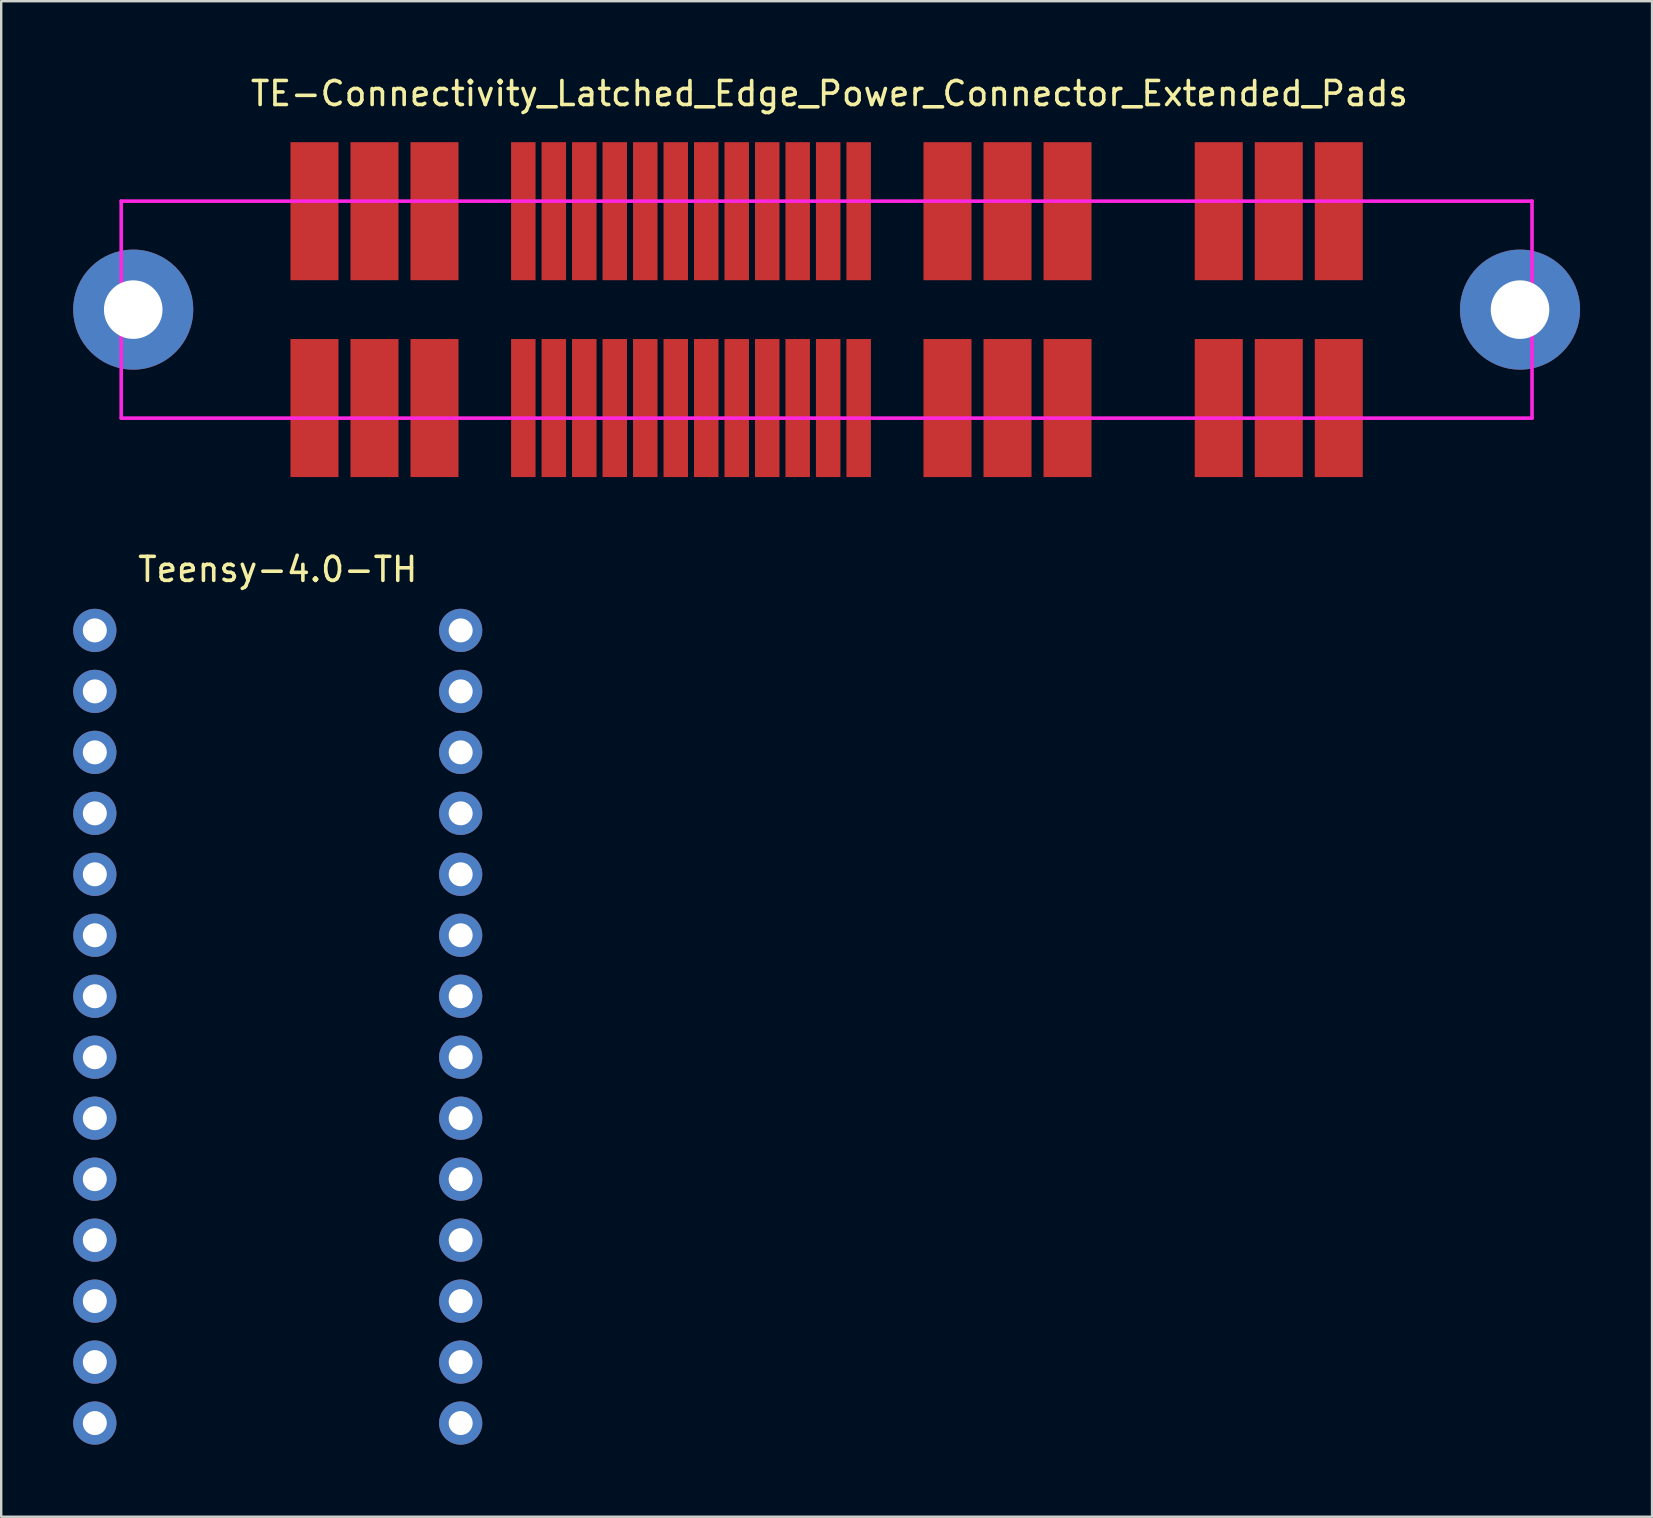
<source format=kicad_pcb>
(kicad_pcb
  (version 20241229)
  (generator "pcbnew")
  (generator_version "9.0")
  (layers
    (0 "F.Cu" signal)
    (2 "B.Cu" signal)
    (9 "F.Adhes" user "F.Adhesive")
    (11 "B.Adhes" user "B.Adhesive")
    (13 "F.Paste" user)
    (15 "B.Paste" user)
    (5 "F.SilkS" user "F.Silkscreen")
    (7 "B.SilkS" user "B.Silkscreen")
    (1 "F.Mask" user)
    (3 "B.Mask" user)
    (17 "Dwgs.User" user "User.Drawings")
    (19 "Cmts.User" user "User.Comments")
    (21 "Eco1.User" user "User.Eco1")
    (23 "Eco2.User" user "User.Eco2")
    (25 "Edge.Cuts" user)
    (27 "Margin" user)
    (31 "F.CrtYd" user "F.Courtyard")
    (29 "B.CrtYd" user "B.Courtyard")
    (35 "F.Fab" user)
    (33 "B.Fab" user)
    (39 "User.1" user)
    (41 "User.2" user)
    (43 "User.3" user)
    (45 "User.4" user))
  (footprint "TE-Connectivity_Latched_Edge_Power_Connector_Extended_Pads"
    (layer "F.Cu")
    (at 31.385 9.848)
    (property "Reference" "TE-Connectivity_Latched_Edge_Power_Connector_Extended_Pads" (at 0.115 -9 0) (layer "F.SilkS") (effects (font (size 1 1) (thickness 0.15))))
    (attr through_hole)
    (fp_line (start -29.385 -4.52) (end 29.385 -4.52) (stroke (width 0.15) (type solid)) (layer "F.CrtYd"))
    (fp_line (start -29.385 0) (end -29.385 -4.52) (stroke (width 0.15) (type solid)) (layer "F.CrtYd"))
    (fp_line (start -29.385 0) (end -29.385 4.52) (stroke (width 0.15) (type solid)) (layer "F.CrtYd"))
    (fp_line (start 29.385 -4.52) (end 29.385 4.52) (stroke (width 0.15) (type solid)) (layer "F.CrtYd"))
    (fp_line (start 29.385 4.52) (end -29.385 4.52) (stroke (width 0.15) (type solid)) (layer "F.CrtYd"))
    (pad "" np_thru_hole circle (at -28.885 0) (size 5 5) (drill 2.44) (layers "*.Cu" "*.Mask"))
    (pad "" np_thru_hole circle (at 28.885 0) (size 5 5) (drill 2.44) (layers "*.Cu" "*.Mask"))
    (pad "1" smd rect (at -21.335 3.1) (size 2 5.75) (drill (offset 0 1)) (layers "F.Cu" "F.Mask" "F.Paste"))
    (pad "1" smd rect (at -18.835 3.1) (size 2 5.75) (drill (offset 0 1)) (layers "F.Cu" "F.Mask" "F.Paste"))
    (pad "1" smd rect (at -16.335 3.1) (size 2 5.75) (drill (offset 0 1)) (layers "F.Cu" "F.Mask" "F.Paste"))
    (pad "2" smd rect (at -12.635 3.1) (size 1.02 5.75) (drill (offset 0 1)) (layers "F.Cu" "F.Mask" "F.Paste"))
    (pad "3" smd rect (at -11.365 3.1) (size 1.02 5.75) (drill (offset 0 1)) (layers "F.Cu" "F.Mask" "F.Paste"))
    (pad "4" smd rect (at -10.095 3.1) (size 1.02 5.75) (drill (offset 0 1)) (layers "F.Cu" "F.Mask" "F.Paste"))
    (pad "5" smd rect (at -8.825 3.1) (size 1.02 5.75) (drill (offset 0 1)) (layers "F.Cu" "F.Mask" "F.Paste"))
    (pad "6" smd rect (at -7.555 3.1) (size 1.02 5.75) (drill (offset 0 1)) (layers "F.Cu" "F.Mask" "F.Paste"))
    (pad "7" smd rect (at -6.285 3.1) (size 1.02 5.75) (drill (offset 0 1)) (layers "F.Cu" "F.Mask" "F.Paste"))
    (pad "8" smd rect (at -5.015 3.1) (size 1.02 5.75) (drill (offset 0 1)) (layers "F.Cu" "F.Mask" "F.Paste"))
    (pad "9" smd rect (at -3.745 3.1) (size 1.02 5.75) (drill (offset 0 1)) (layers "F.Cu" "F.Mask" "F.Paste"))
    (pad "10" smd rect (at -2.475 3.1) (size 1.02 5.75) (drill (offset 0 1)) (layers "F.Cu" "F.Mask" "F.Paste"))
    (pad "11" smd rect (at -1.205 3.1) (size 1.02 5.75) (drill (offset 0 1)) (layers "F.Cu" "F.Mask" "F.Paste"))
    (pad "12" smd rect (at 0.065 3.1) (size 1.02 5.75) (drill (offset 0 1)) (layers "F.Cu" "F.Mask" "F.Paste"))
    (pad "13" smd rect (at 1.335 3.1) (size 1.02 5.75) (drill (offset 0 1)) (layers "F.Cu" "F.Mask" "F.Paste"))
    (pad "14" smd rect (at 5.035 3.1) (size 2 5.75) (drill (offset 0 1)) (layers "F.Cu" "F.Mask" "F.Paste"))
    (pad "14" smd rect (at 7.535 3.1) (size 2 5.75) (drill (offset 0 1)) (layers "F.Cu" "F.Mask" "F.Paste"))
    (pad "14" smd rect (at 10.035 3.1) (size 2 5.75) (drill (offset 0 1)) (layers "F.Cu" "F.Mask" "F.Paste"))
    (pad "15" smd rect (at 16.335 3.1) (size 2 5.75) (drill (offset 0 1)) (layers "F.Cu" "F.Mask" "F.Paste"))
    (pad "15" smd rect (at 18.835 3.1) (size 2 5.75) (drill (offset 0 1)) (layers "F.Cu" "F.Mask" "F.Paste"))
    (pad "15" smd rect (at 21.335 3.1) (size 2 5.75) (drill (offset 0 1)) (layers "F.Cu" "F.Mask" "F.Paste"))
    (pad "16" smd rect (at 16.335 -3.1) (size 2 5.75) (drill (offset 0 -1)) (layers "F.Cu" "F.Mask" "F.Paste"))
    (pad "16" smd rect (at 18.835 -3.1) (size 2 5.75) (drill (offset 0 -1)) (layers "F.Cu" "F.Mask" "F.Paste"))
    (pad "16" smd rect (at 21.335 -3.1) (size 2 5.75) (drill (offset 0 -1)) (layers "F.Cu" "F.Mask" "F.Paste"))
    (pad "17" smd rect (at 5.035 -3.1) (size 2 5.75) (drill (offset 0 -1)) (layers "F.Cu" "F.Mask" "F.Paste"))
    (pad "17" smd rect (at 7.535 -3.1) (size 2 5.75) (drill (offset 0 -1)) (layers "F.Cu" "F.Mask" "F.Paste"))
    (pad "17" smd rect (at 10.035 -3.1) (size 2 5.75) (drill (offset 0 -1)) (layers "F.Cu" "F.Mask" "F.Paste"))
    (pad "18" smd rect (at 1.335 -3.1) (size 1.02 5.75) (drill (offset 0 -1)) (layers "F.Cu" "F.Mask" "F.Paste"))
    (pad "19" smd rect (at 0.065 -3.1) (size 1.02 5.75) (drill (offset 0 -1)) (layers "F.Cu" "F.Mask" "F.Paste"))
    (pad "20" smd rect (at -1.205 -3.1) (size 1.02 5.75) (drill (offset 0 -1)) (layers "F.Cu" "F.Mask" "F.Paste"))
    (pad "21" smd rect (at -2.475 -3.1) (size 1.02 5.75) (drill (offset 0 -1)) (layers "F.Cu" "F.Mask" "F.Paste"))
    (pad "22" smd rect (at -3.745 -3.1) (size 1.02 5.75) (drill (offset 0 -1)) (layers "F.Cu" "F.Mask" "F.Paste"))
    (pad "23" smd rect (at -5.015 -3.1) (size 1.02 5.75) (drill (offset 0 -1)) (layers "F.Cu" "F.Mask" "F.Paste"))
    (pad "24" smd rect (at -6.285 -3.1) (size 1.02 5.75) (drill (offset 0 -1)) (layers "F.Cu" "F.Mask" "F.Paste"))
    (pad "25" smd rect (at -7.555 -3.1) (size 1.02 5.75) (drill (offset 0 -1)) (layers "F.Cu" "F.Mask" "F.Paste"))
    (pad "26" smd rect (at -8.825 -3.1) (size 1.02 5.75) (drill (offset 0 -1)) (layers "F.Cu" "F.Mask" "F.Paste"))
    (pad "27" smd rect (at -10.095 -3.1) (size 1.02 5.75) (drill (offset 0 -1)) (layers "F.Cu" "F.Mask" "F.Paste"))
    (pad "28" smd rect (at -11.365 -3.1) (size 1.02 5.75) (drill (offset 0 -1)) (layers "F.Cu" "F.Mask" "F.Paste"))
    (pad "29" smd rect (at -12.635 -3.1) (size 1.02 5.75) (drill (offset 0 -1)) (layers "F.Cu" "F.Mask" "F.Paste"))
    (pad "30" smd rect (at -21.335 -3.1) (size 2 5.75) (drill (offset 0 -1)) (layers "F.Cu" "F.Mask" "F.Paste"))
    (pad "30" smd rect (at -18.835 -3.1) (size 2 5.75) (drill (offset 0 -1)) (layers "F.Cu" "F.Mask" "F.Paste"))
    (pad "30" smd rect (at -16.335 -3.1) (size 2 5.75) (drill (offset 0 -1)) (layers "F.Cu" "F.Mask" "F.Paste")))
  (footprint "Teensy-4.0-TH"
    (layer "F.Cu")
    (at 8.52 39.721)
    (property "Reference" "Teensy-4.0-TH" (at 0 -19.05 0) (layer "F.SilkS") (effects (font (size 1 1) (thickness 0.15))))
    (attr through_hole)
    (pad "1" thru_hole circle (at -7.62 -16.51) (size 1.8 1.8) (drill 1) (layers "*.Cu" "*.Mask"))
    (pad "2" thru_hole circle (at -7.62 -13.97) (size 1.8 1.8) (drill 1) (layers "*.Cu" "*.Mask"))
    (pad "3" thru_hole circle (at -7.62 -11.43) (size 1.8 1.8) (drill 1) (layers "*.Cu" "*.Mask"))
    (pad "4" thru_hole circle (at -7.62 -8.89) (size 1.8 1.8) (drill 1) (layers "*.Cu" "*.Mask"))
    (pad "5" thru_hole circle (at -7.62 -6.35) (size 1.8 1.8) (drill 1) (layers "*.Cu" "*.Mask"))
    (pad "6" thru_hole circle (at -7.62 -3.81) (size 1.8 1.8) (drill 1) (layers "*.Cu" "*.Mask"))
    (pad "7" thru_hole circle (at -7.62 -1.27) (size 1.8 1.8) (drill 1) (layers "*.Cu" "*.Mask"))
    (pad "8" thru_hole circle (at -7.62 3.81) (size 1.8 1.8) (drill 1) (layers "*.Cu" "*.Mask"))
    (pad "9" thru_hole circle (at -7.62 1.27) (size 1.8 1.8) (drill 1) (layers "*.Cu" "*.Mask"))
    (pad "10" thru_hole circle (at -7.62 6.35) (size 1.8 1.8) (drill 1) (layers "*.Cu" "*.Mask"))
    (pad "11" thru_hole circle (at -7.62 8.89) (size 1.8 1.8) (drill 1) (layers "*.Cu" "*.Mask"))
    (pad "12" thru_hole circle (at -7.62 11.43) (size 1.8 1.8) (drill 1) (layers "*.Cu" "*.Mask"))
    (pad "13" thru_hole circle (at -7.62 13.97) (size 1.8 1.8) (drill 1) (layers "*.Cu" "*.Mask"))
    (pad "14" thru_hole circle (at -7.62 16.51) (size 1.8 1.8) (drill 1) (layers "*.Cu" "*.Mask"))
    (pad "15" thru_hole circle (at 7.62 16.51) (size 1.8 1.8) (drill 1) (layers "*.Cu" "*.Mask"))
    (pad "16" thru_hole circle (at 7.62 13.97) (size 1.8 1.8) (drill 1) (layers "*.Cu" "*.Mask"))
    (pad "17" thru_hole circle (at 7.62 11.43) (size 1.8 1.8) (drill 1) (layers "*.Cu" "*.Mask"))
    (pad "18" thru_hole circle (at 7.62 8.89) (size 1.8 1.8) (drill 1) (layers "*.Cu" "*.Mask"))
    (pad "19" thru_hole circle (at 7.62 6.35) (size 1.8 1.8) (drill 1) (layers "*.Cu" "*.Mask"))
    (pad "20" thru_hole circle (at 7.62 3.81) (size 1.8 1.8) (drill 1) (layers "*.Cu" "*.Mask"))
    (pad "21" thru_hole circle (at 7.62 1.27) (size 1.8 1.8) (drill 1) (layers "*.Cu" "*.Mask"))
    (pad "22" thru_hole circle (at 7.62 -1.27) (size 1.8 1.8) (drill 1) (layers "*.Cu" "*.Mask"))
    (pad "23" thru_hole circle (at 7.62 -3.81) (size 1.8 1.8) (drill 1) (layers "*.Cu" "*.Mask"))
    (pad "24" thru_hole circle (at 7.62 -6.35) (size 1.8 1.8) (drill 1) (layers "*.Cu" "*.Mask"))
    (pad "25" thru_hole circle (at 7.62 -8.89) (size 1.8 1.8) (drill 1) (layers "*.Cu" "*.Mask"))
    (pad "26" thru_hole circle (at 7.62 -11.43) (size 1.8 1.8) (drill 1) (layers "*.Cu" "*.Mask"))
    (pad "27" thru_hole circle (at 7.62 -13.97) (size 1.8 1.8) (drill 1) (layers "*.Cu" "*.Mask"))
    (pad "28" thru_hole circle (at 7.62 -16.51) (size 1.8 1.8) (drill 1) (layers "*.Cu" "*.Mask")))
  (gr_rect
    (start -3 -3)
    (end 65.77 60.132)
    (stroke (width 0.1) (type default))
    (fill no)
    (layer "Edge.Cuts")))
</source>
